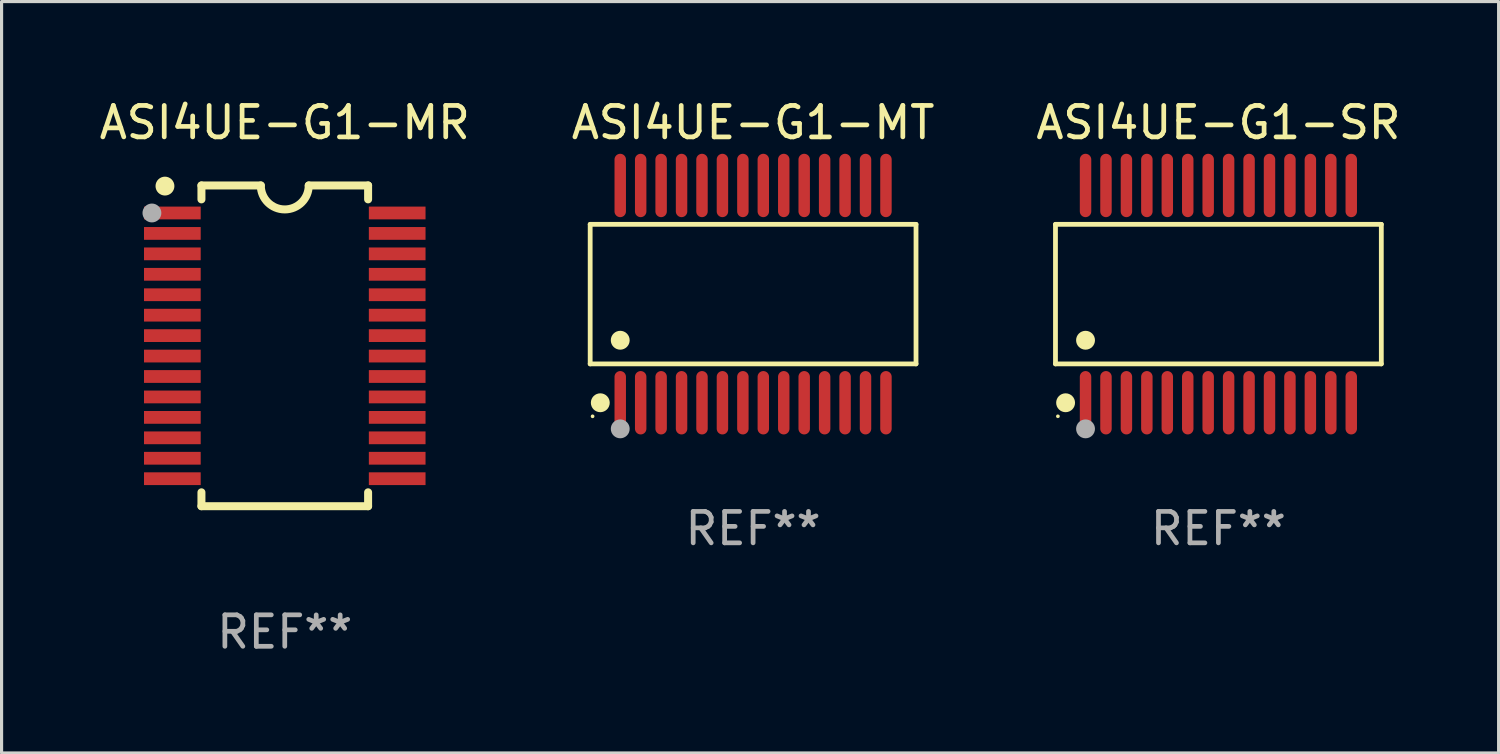
<source format=kicad_pcb>
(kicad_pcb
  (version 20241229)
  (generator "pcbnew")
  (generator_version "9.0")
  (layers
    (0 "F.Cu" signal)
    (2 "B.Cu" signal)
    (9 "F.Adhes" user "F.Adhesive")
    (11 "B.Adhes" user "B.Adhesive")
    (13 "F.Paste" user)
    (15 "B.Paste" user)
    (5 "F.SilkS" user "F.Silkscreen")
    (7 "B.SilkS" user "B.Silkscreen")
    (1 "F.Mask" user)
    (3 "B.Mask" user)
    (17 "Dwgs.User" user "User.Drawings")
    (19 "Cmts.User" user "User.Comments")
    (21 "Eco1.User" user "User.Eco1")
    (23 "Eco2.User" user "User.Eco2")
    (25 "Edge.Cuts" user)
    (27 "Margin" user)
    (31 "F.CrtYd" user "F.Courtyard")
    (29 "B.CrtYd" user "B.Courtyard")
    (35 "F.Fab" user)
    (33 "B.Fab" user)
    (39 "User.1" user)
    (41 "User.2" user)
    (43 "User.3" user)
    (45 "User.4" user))
  (footprint "ASI4UE-G1-SR"
    (layer "F.Cu")
    (at 35.696 6.303)
    (property "Reference" "ASI4UE-G1-SR" (at 0 -5.455 0) (layer "F.SilkS") (effects (font (size 1 1) (thickness 0.15))))
    (attr through_hole)
    (fp_line (start -5.181 -2.219) (end 5.181 -2.219) (stroke (width 0.152) (type solid)) (layer "F.SilkS"))
    (fp_line (start -5.181 2.219) (end -5.181 -2.219) (stroke (width 0.152) (type solid)) (layer "F.SilkS"))
    (fp_line (start 5.181 -2.219) (end 5.181 2.219) (stroke (width 0.152) (type solid)) (layer "F.SilkS"))
    (fp_line (start 5.181 2.219) (end -5.181 2.219) (stroke (width 0.152) (type solid)) (layer "F.SilkS"))
    (fp_circle (center -5.105 3.885) (end -5.075 3.885) (stroke (width 0.06) (type solid)) (fill no) (layer "F.SilkS"))
    (fp_circle (center -4.859 3.455) (end -4.709 3.455) (stroke (width 0.3) (type solid)) (fill no) (layer "F.SilkS"))
    (fp_circle (center -4.225 1.467) (end -4.075 1.467) (stroke (width 0.3) (type solid)) (fill no) (layer "F.SilkS"))
    (fp_circle (center -4.225 4.285) (end -4.075 4.285) (stroke (width 0.3) (type solid)) (fill no) (layer "F.Fab"))
    (fp_text user "REF**" (at 0 7.455 0) (layer "F.Fab") (effects (font (size 1 1) (thickness 0.15))))
    (pad "1" smd oval (at -4.225 3.455) (size 0.364 2.015) (layers "F.Cu" "F.Mask" "F.Paste"))
    (pad "2" smd oval (at -3.575 3.455) (size 0.364 2.015) (layers "F.Cu" "F.Mask" "F.Paste"))
    (pad "3" smd oval (at -2.925 3.455) (size 0.364 2.015) (layers "F.Cu" "F.Mask" "F.Paste"))
    (pad "4" smd oval (at -2.275 3.455) (size 0.364 2.015) (layers "F.Cu" "F.Mask" "F.Paste"))
    (pad "5" smd oval (at -1.625 3.455) (size 0.364 2.015) (layers "F.Cu" "F.Mask" "F.Paste"))
    (pad "6" smd oval (at -0.975 3.455) (size 0.364 2.015) (layers "F.Cu" "F.Mask" "F.Paste"))
    (pad "7" smd oval (at -0.325 3.455) (size 0.364 2.015) (layers "F.Cu" "F.Mask" "F.Paste"))
    (pad "8" smd oval (at 0.325 3.455) (size 0.364 2.015) (layers "F.Cu" "F.Mask" "F.Paste"))
    (pad "9" smd oval (at 0.975 3.455) (size 0.364 2.015) (layers "F.Cu" "F.Mask" "F.Paste"))
    (pad "10" smd oval (at 1.625 3.455) (size 0.364 2.015) (layers "F.Cu" "F.Mask" "F.Paste"))
    (pad "11" smd oval (at 2.275 3.455) (size 0.364 2.015) (layers "F.Cu" "F.Mask" "F.Paste"))
    (pad "12" smd oval (at 2.925 3.455) (size 0.364 2.015) (layers "F.Cu" "F.Mask" "F.Paste"))
    (pad "13" smd oval (at 3.575 3.455) (size 0.364 2.015) (layers "F.Cu" "F.Mask" "F.Paste"))
    (pad "14" smd oval (at 4.225 3.455) (size 0.364 2.015) (layers "F.Cu" "F.Mask" "F.Paste"))
    (pad "15" smd oval (at 4.225 -3.455) (size 0.364 2.015) (layers "F.Cu" "F.Mask" "F.Paste"))
    (pad "16" smd oval (at 3.575 -3.455) (size 0.364 2.015) (layers "F.Cu" "F.Mask" "F.Paste"))
    (pad "17" smd oval (at 2.925 -3.455) (size 0.364 2.015) (layers "F.Cu" "F.Mask" "F.Paste"))
    (pad "18" smd oval (at 2.275 -3.455) (size 0.364 2.015) (layers "F.Cu" "F.Mask" "F.Paste"))
    (pad "19" smd oval (at 1.625 -3.455) (size 0.364 2.015) (layers "F.Cu" "F.Mask" "F.Paste"))
    (pad "20" smd oval (at 0.975 -3.455) (size 0.364 2.015) (layers "F.Cu" "F.Mask" "F.Paste"))
    (pad "21" smd oval (at 0.325 -3.455) (size 0.364 2.015) (layers "F.Cu" "F.Mask" "F.Paste"))
    (pad "22" smd oval (at -0.325 -3.455) (size 0.364 2.015) (layers "F.Cu" "F.Mask" "F.Paste"))
    (pad "23" smd oval (at -0.975 -3.455) (size 0.364 2.015) (layers "F.Cu" "F.Mask" "F.Paste"))
    (pad "24" smd oval (at -1.625 -3.455) (size 0.364 2.015) (layers "F.Cu" "F.Mask" "F.Paste"))
    (pad "25" smd oval (at -2.275 -3.455) (size 0.364 2.015) (layers "F.Cu" "F.Mask" "F.Paste"))
    (pad "26" smd oval (at -2.925 -3.455) (size 0.364 2.015) (layers "F.Cu" "F.Mask" "F.Paste"))
    (pad "27" smd oval (at -3.575 -3.455) (size 0.364 2.015) (layers "F.Cu" "F.Mask" "F.Paste"))
    (pad "28" smd oval (at -4.225 -3.455) (size 0.364 2.015) (layers "F.Cu" "F.Mask" "F.Paste")))
  (footprint "ASI4UE-G1-MR"
    (layer "F.Cu")
    (at 6.006 7.948)
    (property "Reference" "ASI4UE-G1-MR" (at 0 -7.1 0) (layer "F.SilkS") (effects (font (size 1 1) (thickness 0.15))))
    (attr through_hole)
    (fp_line (start -2.65 -5.1) (end -0.762 -5.1) (stroke (width 0.254) (type solid)) (layer "F.SilkS"))
    (fp_line (start -2.65 -4.658) (end -2.65 -5.1) (stroke (width 0.254) (type solid)) (layer "F.SilkS"))
    (fp_line (start -2.65 5.1) (end -2.65 4.658) (stroke (width 0.254) (type solid)) (layer "F.SilkS"))
    (fp_line (start -2.65 5.1) (end 2.65 5.1) (stroke (width 0.254) (type solid)) (layer "F.SilkS"))
    (fp_line (start 2.65 -5.1) (end 0.762 -5.1) (stroke (width 0.254) (type solid)) (layer "F.SilkS"))
    (fp_line (start 2.65 -5.1) (end 2.65 -4.658) (stroke (width 0.254) (type solid)) (layer "F.SilkS"))
    (fp_line (start 2.65 4.658) (end 2.65 5.1) (stroke (width 0.254) (type solid)) (layer "F.SilkS"))
    (fp_arc (start 0.761925 -5.1) (mid -0.000241 -4.338329) (end -0.762077 -5.10033) (stroke (width 0.254001) (type solid)) (layer "F.SilkS"))
    (fp_circle (center -3.858 -5.07) (end -3.828 -5.07) (stroke (width 0.06) (type solid)) (fill no) (layer "F.SilkS"))
    (fp_circle (center -3.81 -5.08) (end -3.66 -5.08) (stroke (width 0.3) (type solid)) (fill no) (layer "F.SilkS"))
    (fp_circle (center -4.225 -4.225) (end -4.075 -4.225) (stroke (width 0.3) (type solid)) (fill no) (layer "F.Fab"))
    (fp_text user "REF**" (at 0 9.1 0) (layer "F.Fab") (effects (font (size 1 1) (thickness 0.15))))
    (pad "1" smd rect (at -3.575 -4.225) (size 1.803 0.406) (layers "F.Cu" "F.Mask" "F.Paste"))
    (pad "2" smd rect (at -3.575 -3.575) (size 1.803 0.406) (layers "F.Cu" "F.Mask" "F.Paste"))
    (pad "3" smd rect (at -3.575 -2.925) (size 1.803 0.406) (layers "F.Cu" "F.Mask" "F.Paste"))
    (pad "4" smd rect (at -3.575 -2.275) (size 1.803 0.406) (layers "F.Cu" "F.Mask" "F.Paste"))
    (pad "5" smd rect (at -3.575 -1.625) (size 1.803 0.406) (layers "F.Cu" "F.Mask" "F.Paste"))
    (pad "6" smd rect (at -3.575 -0.975) (size 1.803 0.406) (layers "F.Cu" "F.Mask" "F.Paste"))
    (pad "7" smd rect (at -3.575 -0.325) (size 1.803 0.406) (layers "F.Cu" "F.Mask" "F.Paste"))
    (pad "8" smd rect (at -3.575 0.325) (size 1.803 0.406) (layers "F.Cu" "F.Mask" "F.Paste"))
    (pad "9" smd rect (at -3.575 0.975) (size 1.803 0.406) (layers "F.Cu" "F.Mask" "F.Paste"))
    (pad "10" smd rect (at -3.575 1.625) (size 1.803 0.406) (layers "F.Cu" "F.Mask" "F.Paste"))
    (pad "11" smd rect (at -3.575 2.275) (size 1.803 0.406) (layers "F.Cu" "F.Mask" "F.Paste"))
    (pad "12" smd rect (at -3.575 2.925) (size 1.803 0.406) (layers "F.Cu" "F.Mask" "F.Paste"))
    (pad "13" smd rect (at -3.575 3.575) (size 1.803 0.406) (layers "F.Cu" "F.Mask" "F.Paste"))
    (pad "14" smd rect (at -3.575 4.225) (size 1.803 0.406) (layers "F.Cu" "F.Mask" "F.Paste"))
    (pad "15" smd rect (at 3.575 4.225) (size 1.803 0.406) (layers "F.Cu" "F.Mask" "F.Paste"))
    (pad "16" smd rect (at 3.575 3.575) (size 1.803 0.406) (layers "F.Cu" "F.Mask" "F.Paste"))
    (pad "17" smd rect (at 3.575 2.925) (size 1.803 0.406) (layers "F.Cu" "F.Mask" "F.Paste"))
    (pad "18" smd rect (at 3.575 2.275) (size 1.803 0.406) (layers "F.Cu" "F.Mask" "F.Paste"))
    (pad "19" smd rect (at 3.575 1.625) (size 1.803 0.406) (layers "F.Cu" "F.Mask" "F.Paste"))
    (pad "20" smd rect (at 3.575 0.975) (size 1.803 0.406) (layers "F.Cu" "F.Mask" "F.Paste"))
    (pad "21" smd rect (at 3.575 0.325) (size 1.803 0.406) (layers "F.Cu" "F.Mask" "F.Paste"))
    (pad "22" smd rect (at 3.575 -0.325) (size 1.803 0.406) (layers "F.Cu" "F.Mask" "F.Paste"))
    (pad "23" smd rect (at 3.575 -0.975) (size 1.803 0.406) (layers "F.Cu" "F.Mask" "F.Paste"))
    (pad "24" smd rect (at 3.575 -1.625) (size 1.803 0.406) (layers "F.Cu" "F.Mask" "F.Paste"))
    (pad "25" smd rect (at 3.575 -2.275) (size 1.803 0.406) (layers "F.Cu" "F.Mask" "F.Paste"))
    (pad "26" smd rect (at 3.575 -2.925) (size 1.803 0.406) (layers "F.Cu" "F.Mask" "F.Paste"))
    (pad "27" smd rect (at 3.575 -3.575) (size 1.803 0.406) (layers "F.Cu" "F.Mask" "F.Paste"))
    (pad "28" smd rect (at 3.575 -4.225) (size 1.803 0.406) (layers "F.Cu" "F.Mask" "F.Paste")))
  (footprint "ASI4UE-G1-MT"
    (layer "F.Cu")
    (at 20.899 6.303)
    (property "Reference" "ASI4UE-G1-MT" (at 0 -5.455 0) (layer "F.SilkS") (effects (font (size 1 1) (thickness 0.15))))
    (attr through_hole)
    (fp_line (start -5.181 -2.219) (end 5.181 -2.219) (stroke (width 0.152) (type solid)) (layer "F.SilkS"))
    (fp_line (start -5.181 2.219) (end -5.181 -2.219) (stroke (width 0.152) (type solid)) (layer "F.SilkS"))
    (fp_line (start 5.181 -2.219) (end 5.181 2.219) (stroke (width 0.152) (type solid)) (layer "F.SilkS"))
    (fp_line (start 5.181 2.219) (end -5.181 2.219) (stroke (width 0.152) (type solid)) (layer "F.SilkS"))
    (fp_circle (center -5.105 3.885) (end -5.075 3.885) (stroke (width 0.06) (type solid)) (fill no) (layer "F.SilkS"))
    (fp_circle (center -4.859 3.455) (end -4.709 3.455) (stroke (width 0.3) (type solid)) (fill no) (layer "F.SilkS"))
    (fp_circle (center -4.225 1.467) (end -4.075 1.467) (stroke (width 0.3) (type solid)) (fill no) (layer "F.SilkS"))
    (fp_circle (center -4.225 4.285) (end -4.075 4.285) (stroke (width 0.3) (type solid)) (fill no) (layer "F.Fab"))
    (fp_text user "REF**" (at 0 7.455 0) (layer "F.Fab") (effects (font (size 1 1) (thickness 0.15))))
    (pad "1" smd oval (at -4.225 3.455) (size 0.364 2.015) (layers "F.Cu" "F.Mask" "F.Paste"))
    (pad "2" smd oval (at -3.575 3.455) (size 0.364 2.015) (layers "F.Cu" "F.Mask" "F.Paste"))
    (pad "3" smd oval (at -2.925 3.455) (size 0.364 2.015) (layers "F.Cu" "F.Mask" "F.Paste"))
    (pad "4" smd oval (at -2.275 3.455) (size 0.364 2.015) (layers "F.Cu" "F.Mask" "F.Paste"))
    (pad "5" smd oval (at -1.625 3.455) (size 0.364 2.015) (layers "F.Cu" "F.Mask" "F.Paste"))
    (pad "6" smd oval (at -0.975 3.455) (size 0.364 2.015) (layers "F.Cu" "F.Mask" "F.Paste"))
    (pad "7" smd oval (at -0.325 3.455) (size 0.364 2.015) (layers "F.Cu" "F.Mask" "F.Paste"))
    (pad "8" smd oval (at 0.325 3.455) (size 0.364 2.015) (layers "F.Cu" "F.Mask" "F.Paste"))
    (pad "9" smd oval (at 0.975 3.455) (size 0.364 2.015) (layers "F.Cu" "F.Mask" "F.Paste"))
    (pad "10" smd oval (at 1.625 3.455) (size 0.364 2.015) (layers "F.Cu" "F.Mask" "F.Paste"))
    (pad "11" smd oval (at 2.275 3.455) (size 0.364 2.015) (layers "F.Cu" "F.Mask" "F.Paste"))
    (pad "12" smd oval (at 2.925 3.455) (size 0.364 2.015) (layers "F.Cu" "F.Mask" "F.Paste"))
    (pad "13" smd oval (at 3.575 3.455) (size 0.364 2.015) (layers "F.Cu" "F.Mask" "F.Paste"))
    (pad "14" smd oval (at 4.225 3.455) (size 0.364 2.015) (layers "F.Cu" "F.Mask" "F.Paste"))
    (pad "15" smd oval (at 4.225 -3.455) (size 0.364 2.015) (layers "F.Cu" "F.Mask" "F.Paste"))
    (pad "16" smd oval (at 3.575 -3.455) (size 0.364 2.015) (layers "F.Cu" "F.Mask" "F.Paste"))
    (pad "17" smd oval (at 2.925 -3.455) (size 0.364 2.015) (layers "F.Cu" "F.Mask" "F.Paste"))
    (pad "18" smd oval (at 2.275 -3.455) (size 0.364 2.015) (layers "F.Cu" "F.Mask" "F.Paste"))
    (pad "19" smd oval (at 1.625 -3.455) (size 0.364 2.015) (layers "F.Cu" "F.Mask" "F.Paste"))
    (pad "20" smd oval (at 0.975 -3.455) (size 0.364 2.015) (layers "F.Cu" "F.Mask" "F.Paste"))
    (pad "21" smd oval (at 0.325 -3.455) (size 0.364 2.015) (layers "F.Cu" "F.Mask" "F.Paste"))
    (pad "22" smd oval (at -0.325 -3.455) (size 0.364 2.015) (layers "F.Cu" "F.Mask" "F.Paste"))
    (pad "23" smd oval (at -0.975 -3.455) (size 0.364 2.015) (layers "F.Cu" "F.Mask" "F.Paste"))
    (pad "24" smd oval (at -1.625 -3.455) (size 0.364 2.015) (layers "F.Cu" "F.Mask" "F.Paste"))
    (pad "25" smd oval (at -2.275 -3.455) (size 0.364 2.015) (layers "F.Cu" "F.Mask" "F.Paste"))
    (pad "26" smd oval (at -2.925 -3.455) (size 0.364 2.015) (layers "F.Cu" "F.Mask" "F.Paste"))
    (pad "27" smd oval (at -3.575 -3.455) (size 0.364 2.015) (layers "F.Cu" "F.Mask" "F.Paste"))
    (pad "28" smd oval (at -4.225 -3.455) (size 0.364 2.015) (layers "F.Cu" "F.Mask" "F.Paste")))
  (gr_rect
    (start -3 -3)
    (end 44.607 20.896)
    (stroke (width 0.1) (type default))
    (fill no)
    (layer "Edge.Cuts")))
</source>
